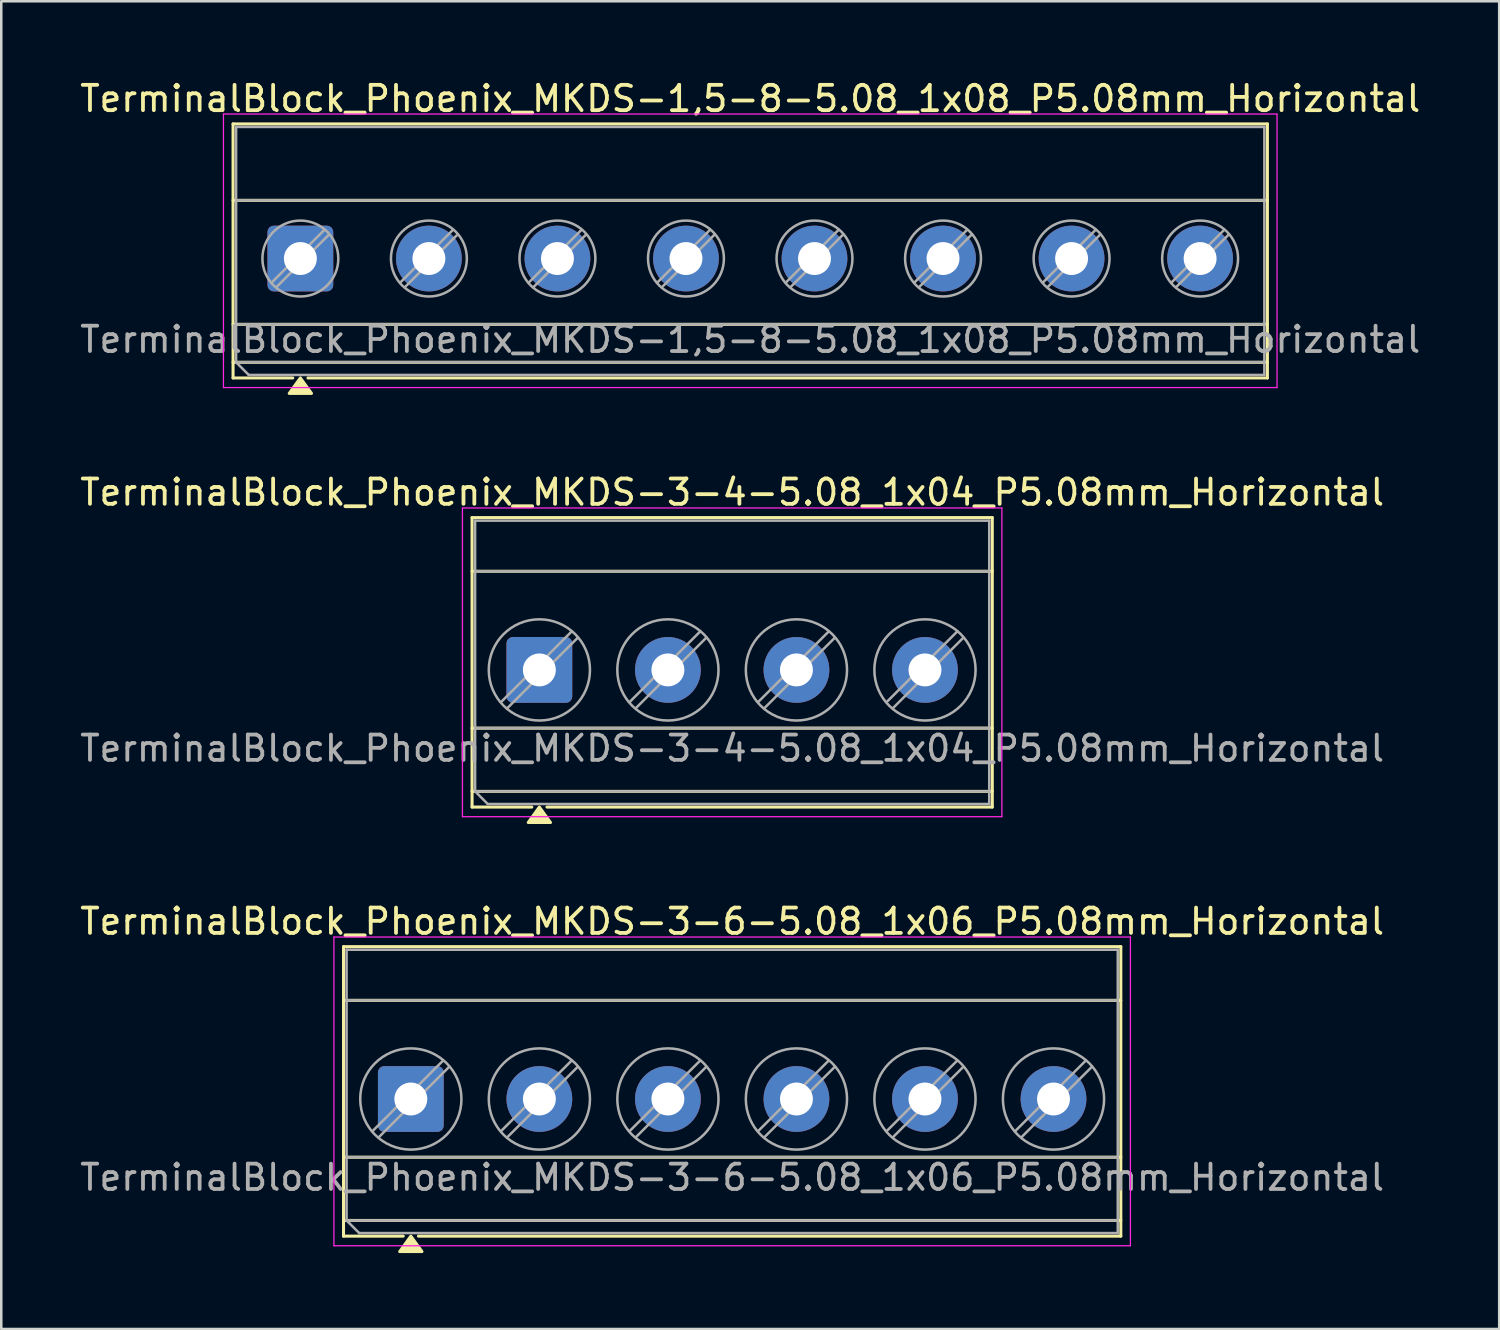
<source format=kicad_pcb>
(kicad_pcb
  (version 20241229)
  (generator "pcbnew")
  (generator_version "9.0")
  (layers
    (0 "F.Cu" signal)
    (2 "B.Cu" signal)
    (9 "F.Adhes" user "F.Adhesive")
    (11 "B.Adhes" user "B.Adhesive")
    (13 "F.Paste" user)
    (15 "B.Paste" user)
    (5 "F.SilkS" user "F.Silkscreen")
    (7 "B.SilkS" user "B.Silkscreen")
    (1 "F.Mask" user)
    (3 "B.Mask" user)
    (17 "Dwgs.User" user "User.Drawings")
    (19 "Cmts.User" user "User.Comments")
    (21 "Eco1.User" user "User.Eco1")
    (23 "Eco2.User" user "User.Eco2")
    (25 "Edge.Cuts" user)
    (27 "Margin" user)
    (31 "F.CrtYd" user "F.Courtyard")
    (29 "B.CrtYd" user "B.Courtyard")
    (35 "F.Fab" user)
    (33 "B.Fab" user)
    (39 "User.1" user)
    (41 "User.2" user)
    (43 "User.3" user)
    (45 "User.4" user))
  (footprint "TerminalBlock_Phoenix_MKDS-3-6-5.08_1x06_P5.08mm_Horizontal"
    (layer "F.Cu")
    (at 13.187 40.385)
    (property "Reference" "TerminalBlock_Phoenix_MKDS-3-6-5.08_1x06_P5.08mm_Horizontal" (at 12.7 -7.02 0) (layer "F.SilkS") (effects (font (size 1 1) (thickness 0.15))))
    (attr through_hole)
    (fp_line (start -2.66 -6.02) (end -2.66 5.42) (stroke (width 0.12) (type solid)) (layer "F.SilkS"))
    (fp_line (start -2.66 -6.02) (end 28.06 -6.02) (stroke (width 0.12) (type solid)) (layer "F.SilkS"))
    (fp_line (start -2.66 -3.9) (end 28.06 -3.9) (stroke (width 0.12) (type solid)) (layer "F.SilkS"))
    (fp_line (start -2.66 2.3) (end 28.06 2.3) (stroke (width 0.12) (type solid)) (layer "F.SilkS"))
    (fp_line (start -2.66 4.8) (end 28.06 4.8) (stroke (width 0.12) (type solid)) (layer "F.SilkS"))
    (fp_line (start -2.66 5.42) (end -0.3 5.42) (stroke (width 0.12) (type solid)) (layer "F.SilkS"))
    (fp_line (start 0.3 5.42) (end 28.06 5.42) (stroke (width 0.12) (type solid)) (layer "F.SilkS"))
    (fp_line (start 28.06 -6.02) (end 28.06 5.42) (stroke (width 0.12) (type solid)) (layer "F.SilkS"))
    (fp_poly (pts (xy 0 5.42) (xy 0.44 6.03) (xy -0.44 6.03)) (stroke (width 0.12) (type solid)) (fill yes) (layer "F.SilkS"))
    (fp_line (start -3.04 -6.4) (end -3.04 5.8) (stroke (width 0.05) (type solid)) (layer "F.CrtYd"))
    (fp_line (start -3.04 5.8) (end 28.44 5.8) (stroke (width 0.05) (type solid)) (layer "F.CrtYd"))
    (fp_line (start 28.44 -6.4) (end -3.04 -6.4) (stroke (width 0.05) (type solid)) (layer "F.CrtYd"))
    (fp_line (start 28.44 5.8) (end 28.44 -6.4) (stroke (width 0.05) (type solid)) (layer "F.CrtYd"))
    (fp_line (start -2.54 -5.9) (end 27.94 -5.9) (stroke (width 0.1) (type solid)) (layer "F.Fab"))
    (fp_line (start -2.54 -3.9) (end 27.94 -3.9) (stroke (width 0.1) (type solid)) (layer "F.Fab"))
    (fp_line (start -2.54 2.3) (end 27.94 2.3) (stroke (width 0.1) (type solid)) (layer "F.Fab"))
    (fp_line (start -2.54 4.8) (end -2.54 -5.9) (stroke (width 0.1) (type solid)) (layer "F.Fab"))
    (fp_line (start -2.54 4.8) (end 27.94 4.8) (stroke (width 0.1) (type solid)) (layer "F.Fab"))
    (fp_line (start -2.04 5.3) (end -2.54 4.8) (stroke (width 0.1) (type solid)) (layer "F.Fab"))
    (fp_line (start 1.273 -1.517) (end -1.517 1.272) (stroke (width 0.1) (type solid)) (layer "F.Fab"))
    (fp_line (start 1.517 -1.273) (end -1.273 1.517) (stroke (width 0.1) (type solid)) (layer "F.Fab"))
    (fp_line (start 6.353 -1.517) (end 3.563 1.272) (stroke (width 0.1) (type solid)) (layer "F.Fab"))
    (fp_line (start 6.597 -1.273) (end 3.807 1.517) (stroke (width 0.1) (type solid)) (layer "F.Fab"))
    (fp_line (start 11.433 -1.517) (end 8.643 1.272) (stroke (width 0.1) (type solid)) (layer "F.Fab"))
    (fp_line (start 11.677 -1.273) (end 8.887 1.517) (stroke (width 0.1) (type solid)) (layer "F.Fab"))
    (fp_line (start 16.513 -1.517) (end 13.723 1.272) (stroke (width 0.1) (type solid)) (layer "F.Fab"))
    (fp_line (start 16.757 -1.273) (end 13.967 1.517) (stroke (width 0.1) (type solid)) (layer "F.Fab"))
    (fp_line (start 21.593 -1.517) (end 18.803 1.272) (stroke (width 0.1) (type solid)) (layer "F.Fab"))
    (fp_line (start 21.837 -1.273) (end 19.047 1.517) (stroke (width 0.1) (type solid)) (layer "F.Fab"))
    (fp_line (start 26.673 -1.517) (end 23.883 1.272) (stroke (width 0.1) (type solid)) (layer "F.Fab"))
    (fp_line (start 26.917 -1.273) (end 24.127 1.517) (stroke (width 0.1) (type solid)) (layer "F.Fab"))
    (fp_line (start 27.94 -5.9) (end 27.94 5.3) (stroke (width 0.1) (type solid)) (layer "F.Fab"))
    (fp_line (start 27.94 5.3) (end -2.04 5.3) (stroke (width 0.1) (type solid)) (layer "F.Fab"))
    (fp_circle (center 0 0) (end 2 0) (stroke (width 0.1) (type solid)) (fill no) (layer "F.Fab"))
    (fp_circle (center 5.08 0) (end 7.08 0) (stroke (width 0.1) (type solid)) (fill no) (layer "F.Fab"))
    (fp_circle (center 10.16 0) (end 12.16 0) (stroke (width 0.1) (type solid)) (fill no) (layer "F.Fab"))
    (fp_circle (center 15.24 0) (end 17.24 0) (stroke (width 0.1) (type solid)) (fill no) (layer "F.Fab"))
    (fp_circle (center 20.32 0) (end 22.32 0) (stroke (width 0.1) (type solid)) (fill no) (layer "F.Fab"))
    (fp_circle (center 25.4 0) (end 27.4 0) (stroke (width 0.1) (type solid)) (fill no) (layer "F.Fab"))
    (fp_text user "${REFERENCE}" (at 12.7 3.1 0) (layer "F.Fab") (effects (font (size 1 1) (thickness 0.15))))
    (pad "1" thru_hole roundrect (at 0 0) (size 2.6 2.6) (drill 1.3) (layers "*.Cu" "*.Mask") (roundrect_rratio 0.096))
    (pad "2" thru_hole circle (at 5.08 0) (size 2.6 2.6) (drill 1.3) (layers "*.Cu" "*.Mask"))
    (pad "3" thru_hole circle (at 10.16 0) (size 2.6 2.6) (drill 1.3) (layers "*.Cu" "*.Mask"))
    (pad "4" thru_hole circle (at 15.24 0) (size 2.6 2.6) (drill 1.3) (layers "*.Cu" "*.Mask"))
    (pad "5" thru_hole circle (at 20.32 0) (size 2.6 2.6) (drill 1.3) (layers "*.Cu" "*.Mask"))
    (pad "6" thru_hole circle (at 25.4 0) (size 2.6 2.6) (drill 1.3) (layers "*.Cu" "*.Mask")))
  (footprint "TerminalBlock_Phoenix_MKDS-3-4-5.08_1x04_P5.08mm_Horizontal"
    (layer "F.Cu")
    (at 18.267 23.427)
    (property "Reference" "TerminalBlock_Phoenix_MKDS-3-4-5.08_1x04_P5.08mm_Horizontal" (at 7.62 -7.02 0) (layer "F.SilkS") (effects (font (size 1 1) (thickness 0.15))))
    (attr through_hole)
    (fp_line (start -2.66 -6.02) (end -2.66 5.42) (stroke (width 0.12) (type solid)) (layer "F.SilkS"))
    (fp_line (start -2.66 -6.02) (end 17.9 -6.02) (stroke (width 0.12) (type solid)) (layer "F.SilkS"))
    (fp_line (start -2.66 -3.9) (end 17.9 -3.9) (stroke (width 0.12) (type solid)) (layer "F.SilkS"))
    (fp_line (start -2.66 2.3) (end 17.9 2.3) (stroke (width 0.12) (type solid)) (layer "F.SilkS"))
    (fp_line (start -2.66 4.8) (end 17.9 4.8) (stroke (width 0.12) (type solid)) (layer "F.SilkS"))
    (fp_line (start -2.66 5.42) (end -0.3 5.42) (stroke (width 0.12) (type solid)) (layer "F.SilkS"))
    (fp_line (start 0.3 5.42) (end 17.9 5.42) (stroke (width 0.12) (type solid)) (layer "F.SilkS"))
    (fp_line (start 17.9 -6.02) (end 17.9 5.42) (stroke (width 0.12) (type solid)) (layer "F.SilkS"))
    (fp_poly (pts (xy 0 5.42) (xy 0.44 6.03) (xy -0.44 6.03)) (stroke (width 0.12) (type solid)) (fill yes) (layer "F.SilkS"))
    (fp_line (start -3.04 -6.4) (end -3.04 5.8) (stroke (width 0.05) (type solid)) (layer "F.CrtYd"))
    (fp_line (start -3.04 5.8) (end 18.28 5.8) (stroke (width 0.05) (type solid)) (layer "F.CrtYd"))
    (fp_line (start 18.28 -6.4) (end -3.04 -6.4) (stroke (width 0.05) (type solid)) (layer "F.CrtYd"))
    (fp_line (start 18.28 5.8) (end 18.28 -6.4) (stroke (width 0.05) (type solid)) (layer "F.CrtYd"))
    (fp_line (start -2.54 -5.9) (end 17.78 -5.9) (stroke (width 0.1) (type solid)) (layer "F.Fab"))
    (fp_line (start -2.54 -3.9) (end 17.78 -3.9) (stroke (width 0.1) (type solid)) (layer "F.Fab"))
    (fp_line (start -2.54 2.3) (end 17.78 2.3) (stroke (width 0.1) (type solid)) (layer "F.Fab"))
    (fp_line (start -2.54 4.8) (end -2.54 -5.9) (stroke (width 0.1) (type solid)) (layer "F.Fab"))
    (fp_line (start -2.54 4.8) (end 17.78 4.8) (stroke (width 0.1) (type solid)) (layer "F.Fab"))
    (fp_line (start -2.04 5.3) (end -2.54 4.8) (stroke (width 0.1) (type solid)) (layer "F.Fab"))
    (fp_line (start 1.273 -1.517) (end -1.517 1.272) (stroke (width 0.1) (type solid)) (layer "F.Fab"))
    (fp_line (start 1.517 -1.273) (end -1.273 1.517) (stroke (width 0.1) (type solid)) (layer "F.Fab"))
    (fp_line (start 6.353 -1.517) (end 3.563 1.272) (stroke (width 0.1) (type solid)) (layer "F.Fab"))
    (fp_line (start 6.597 -1.273) (end 3.807 1.517) (stroke (width 0.1) (type solid)) (layer "F.Fab"))
    (fp_line (start 11.433 -1.517) (end 8.643 1.272) (stroke (width 0.1) (type solid)) (layer "F.Fab"))
    (fp_line (start 11.677 -1.273) (end 8.887 1.517) (stroke (width 0.1) (type solid)) (layer "F.Fab"))
    (fp_line (start 16.513 -1.517) (end 13.723 1.272) (stroke (width 0.1) (type solid)) (layer "F.Fab"))
    (fp_line (start 16.757 -1.273) (end 13.967 1.517) (stroke (width 0.1) (type solid)) (layer "F.Fab"))
    (fp_line (start 17.78 -5.9) (end 17.78 5.3) (stroke (width 0.1) (type solid)) (layer "F.Fab"))
    (fp_line (start 17.78 5.3) (end -2.04 5.3) (stroke (width 0.1) (type solid)) (layer "F.Fab"))
    (fp_circle (center 0 0) (end 2 0) (stroke (width 0.1) (type solid)) (fill no) (layer "F.Fab"))
    (fp_circle (center 5.08 0) (end 7.08 0) (stroke (width 0.1) (type solid)) (fill no) (layer "F.Fab"))
    (fp_circle (center 10.16 0) (end 12.16 0) (stroke (width 0.1) (type solid)) (fill no) (layer "F.Fab"))
    (fp_circle (center 15.24 0) (end 17.24 0) (stroke (width 0.1) (type solid)) (fill no) (layer "F.Fab"))
    (fp_text user "${REFERENCE}" (at 7.62 3.1 0) (layer "F.Fab") (effects (font (size 1 1) (thickness 0.15))))
    (pad "1" thru_hole roundrect (at 0 0) (size 2.6 2.6) (drill 1.3) (layers "*.Cu" "*.Mask") (roundrect_rratio 0.096))
    (pad "2" thru_hole circle (at 5.08 0) (size 2.6 2.6) (drill 1.3) (layers "*.Cu" "*.Mask"))
    (pad "3" thru_hole circle (at 10.16 0) (size 2.6 2.6) (drill 1.3) (layers "*.Cu" "*.Mask"))
    (pad "4" thru_hole circle (at 15.24 0) (size 2.6 2.6) (drill 1.3) (layers "*.Cu" "*.Mask")))
  (footprint "TerminalBlock_Phoenix_MKDS-1,5-8-5.08_1x08_P5.08mm_Horizontal"
    (layer "F.Cu")
    (at 8.821 7.168)
    (property "Reference" "TerminalBlock_Phoenix_MKDS-1,5-8-5.08_1x08_P5.08mm_Horizontal" (at 17.78 -6.32 0) (layer "F.SilkS") (effects (font (size 1 1) (thickness 0.15))))
    (attr through_hole)
    (fp_line (start -2.66 -5.32) (end -2.66 4.72) (stroke (width 0.12) (type solid)) (layer "F.SilkS"))
    (fp_line (start -2.66 -5.32) (end 38.22 -5.32) (stroke (width 0.12) (type solid)) (layer "F.SilkS"))
    (fp_line (start -2.66 -2.3) (end 38.22 -2.3) (stroke (width 0.12) (type solid)) (layer "F.SilkS"))
    (fp_line (start -2.66 2.6) (end 38.22 2.6) (stroke (width 0.12) (type solid)) (layer "F.SilkS"))
    (fp_line (start -2.66 4.1) (end 38.22 4.1) (stroke (width 0.12) (type solid)) (layer "F.SilkS"))
    (fp_line (start -2.66 4.72) (end -0.3 4.72) (stroke (width 0.12) (type solid)) (layer "F.SilkS"))
    (fp_line (start 0.3 4.72) (end 38.22 4.72) (stroke (width 0.12) (type solid)) (layer "F.SilkS"))
    (fp_line (start 38.22 -5.32) (end 38.22 4.72) (stroke (width 0.12) (type solid)) (layer "F.SilkS"))
    (fp_poly (pts (xy 0 4.72) (xy 0.44 5.33) (xy -0.44 5.33)) (stroke (width 0.12) (type solid)) (fill yes) (layer "F.SilkS"))
    (fp_line (start -3.04 -5.71) (end -3.04 5.1) (stroke (width 0.05) (type solid)) (layer "F.CrtYd"))
    (fp_line (start -3.04 5.1) (end 38.6 5.1) (stroke (width 0.05) (type solid)) (layer "F.CrtYd"))
    (fp_line (start 38.6 -5.71) (end -3.04 -5.71) (stroke (width 0.05) (type solid)) (layer "F.CrtYd"))
    (fp_line (start 38.6 5.1) (end 38.6 -5.71) (stroke (width 0.05) (type solid)) (layer "F.CrtYd"))
    (fp_line (start -2.54 -5.2) (end 38.1 -5.2) (stroke (width 0.1) (type solid)) (layer "F.Fab"))
    (fp_line (start -2.54 -2.3) (end 38.1 -2.3) (stroke (width 0.1) (type solid)) (layer "F.Fab"))
    (fp_line (start -2.54 2.6) (end 38.1 2.6) (stroke (width 0.1) (type solid)) (layer "F.Fab"))
    (fp_line (start -2.54 4.1) (end -2.54 -5.2) (stroke (width 0.1) (type solid)) (layer "F.Fab"))
    (fp_line (start -2.54 4.1) (end 38.1 4.1) (stroke (width 0.1) (type solid)) (layer "F.Fab"))
    (fp_line (start -2.04 4.6) (end -2.54 4.1) (stroke (width 0.1) (type solid)) (layer "F.Fab"))
    (fp_line (start 0.955 -1.138) (end -1.138 0.954) (stroke (width 0.1) (type solid)) (layer "F.Fab"))
    (fp_line (start 1.138 -0.954) (end -0.955 1.137) (stroke (width 0.1) (type solid)) (layer "F.Fab"))
    (fp_line (start 6.035 -1.138) (end 3.942 0.954) (stroke (width 0.1) (type solid)) (layer "F.Fab"))
    (fp_line (start 6.218 -0.954) (end 4.125 1.137) (stroke (width 0.1) (type solid)) (layer "F.Fab"))
    (fp_line (start 11.115 -1.138) (end 9.022 0.954) (stroke (width 0.1) (type solid)) (layer "F.Fab"))
    (fp_line (start 11.298 -0.954) (end 9.205 1.137) (stroke (width 0.1) (type solid)) (layer "F.Fab"))
    (fp_line (start 16.195 -1.138) (end 14.102 0.954) (stroke (width 0.1) (type solid)) (layer "F.Fab"))
    (fp_line (start 16.378 -0.954) (end 14.285 1.137) (stroke (width 0.1) (type solid)) (layer "F.Fab"))
    (fp_line (start 21.275 -1.138) (end 19.182 0.954) (stroke (width 0.1) (type solid)) (layer "F.Fab"))
    (fp_line (start 21.458 -0.954) (end 19.365 1.137) (stroke (width 0.1) (type solid)) (layer "F.Fab"))
    (fp_line (start 26.355 -1.138) (end 24.262 0.954) (stroke (width 0.1) (type solid)) (layer "F.Fab"))
    (fp_line (start 26.538 -0.954) (end 24.445 1.137) (stroke (width 0.1) (type solid)) (layer "F.Fab"))
    (fp_line (start 31.435 -1.138) (end 29.342 0.954) (stroke (width 0.1) (type solid)) (layer "F.Fab"))
    (fp_line (start 31.618 -0.954) (end 29.525 1.137) (stroke (width 0.1) (type solid)) (layer "F.Fab"))
    (fp_line (start 36.515 -1.138) (end 34.422 0.954) (stroke (width 0.1) (type solid)) (layer "F.Fab"))
    (fp_line (start 36.698 -0.954) (end 34.605 1.137) (stroke (width 0.1) (type solid)) (layer "F.Fab"))
    (fp_line (start 38.1 -5.2) (end 38.1 4.6) (stroke (width 0.1) (type solid)) (layer "F.Fab"))
    (fp_line (start 38.1 4.6) (end -2.04 4.6) (stroke (width 0.1) (type solid)) (layer "F.Fab"))
    (fp_circle (center 0 0) (end 1.5 0) (stroke (width 0.1) (type solid)) (fill no) (layer "F.Fab"))
    (fp_circle (center 5.08 0) (end 6.58 0) (stroke (width 0.1) (type solid)) (fill no) (layer "F.Fab"))
    (fp_circle (center 10.16 0) (end 11.66 0) (stroke (width 0.1) (type solid)) (fill no) (layer "F.Fab"))
    (fp_circle (center 15.24 0) (end 16.74 0) (stroke (width 0.1) (type solid)) (fill no) (layer "F.Fab"))
    (fp_circle (center 20.32 0) (end 21.82 0) (stroke (width 0.1) (type solid)) (fill no) (layer "F.Fab"))
    (fp_circle (center 25.4 0) (end 26.9 0) (stroke (width 0.1) (type solid)) (fill no) (layer "F.Fab"))
    (fp_circle (center 30.48 0) (end 31.98 0) (stroke (width 0.1) (type solid)) (fill no) (layer "F.Fab"))
    (fp_circle (center 35.56 0) (end 37.06 0) (stroke (width 0.1) (type solid)) (fill no) (layer "F.Fab"))
    (fp_text user "${REFERENCE}" (at 17.78 3.2 0) (layer "F.Fab") (effects (font (size 1 1) (thickness 0.15))))
    (pad "1" thru_hole roundrect (at 0 0) (size 2.6 2.6) (drill 1.3) (layers "*.Cu" "*.Mask") (roundrect_rratio 0.096))
    (pad "2" thru_hole circle (at 5.08 0) (size 2.6 2.6) (drill 1.3) (layers "*.Cu" "*.Mask"))
    (pad "3" thru_hole circle (at 10.16 0) (size 2.6 2.6) (drill 1.3) (layers "*.Cu" "*.Mask"))
    (pad "4" thru_hole circle (at 15.24 0) (size 2.6 2.6) (drill 1.3) (layers "*.Cu" "*.Mask"))
    (pad "5" thru_hole circle (at 20.32 0) (size 2.6 2.6) (drill 1.3) (layers "*.Cu" "*.Mask"))
    (pad "6" thru_hole circle (at 25.4 0) (size 2.6 2.6) (drill 1.3) (layers "*.Cu" "*.Mask"))
    (pad "7" thru_hole circle (at 30.48 0) (size 2.6 2.6) (drill 1.3) (layers "*.Cu" "*.Mask"))
    (pad "8" thru_hole circle (at 35.56 0) (size 2.6 2.6) (drill 1.3) (layers "*.Cu" "*.Mask")))
  (gr_rect
    (start -3 -3)
    (end 56.202 49.475)
    (stroke (width 0.1) (type default))
    (fill no)
    (layer "Edge.Cuts")))
</source>
